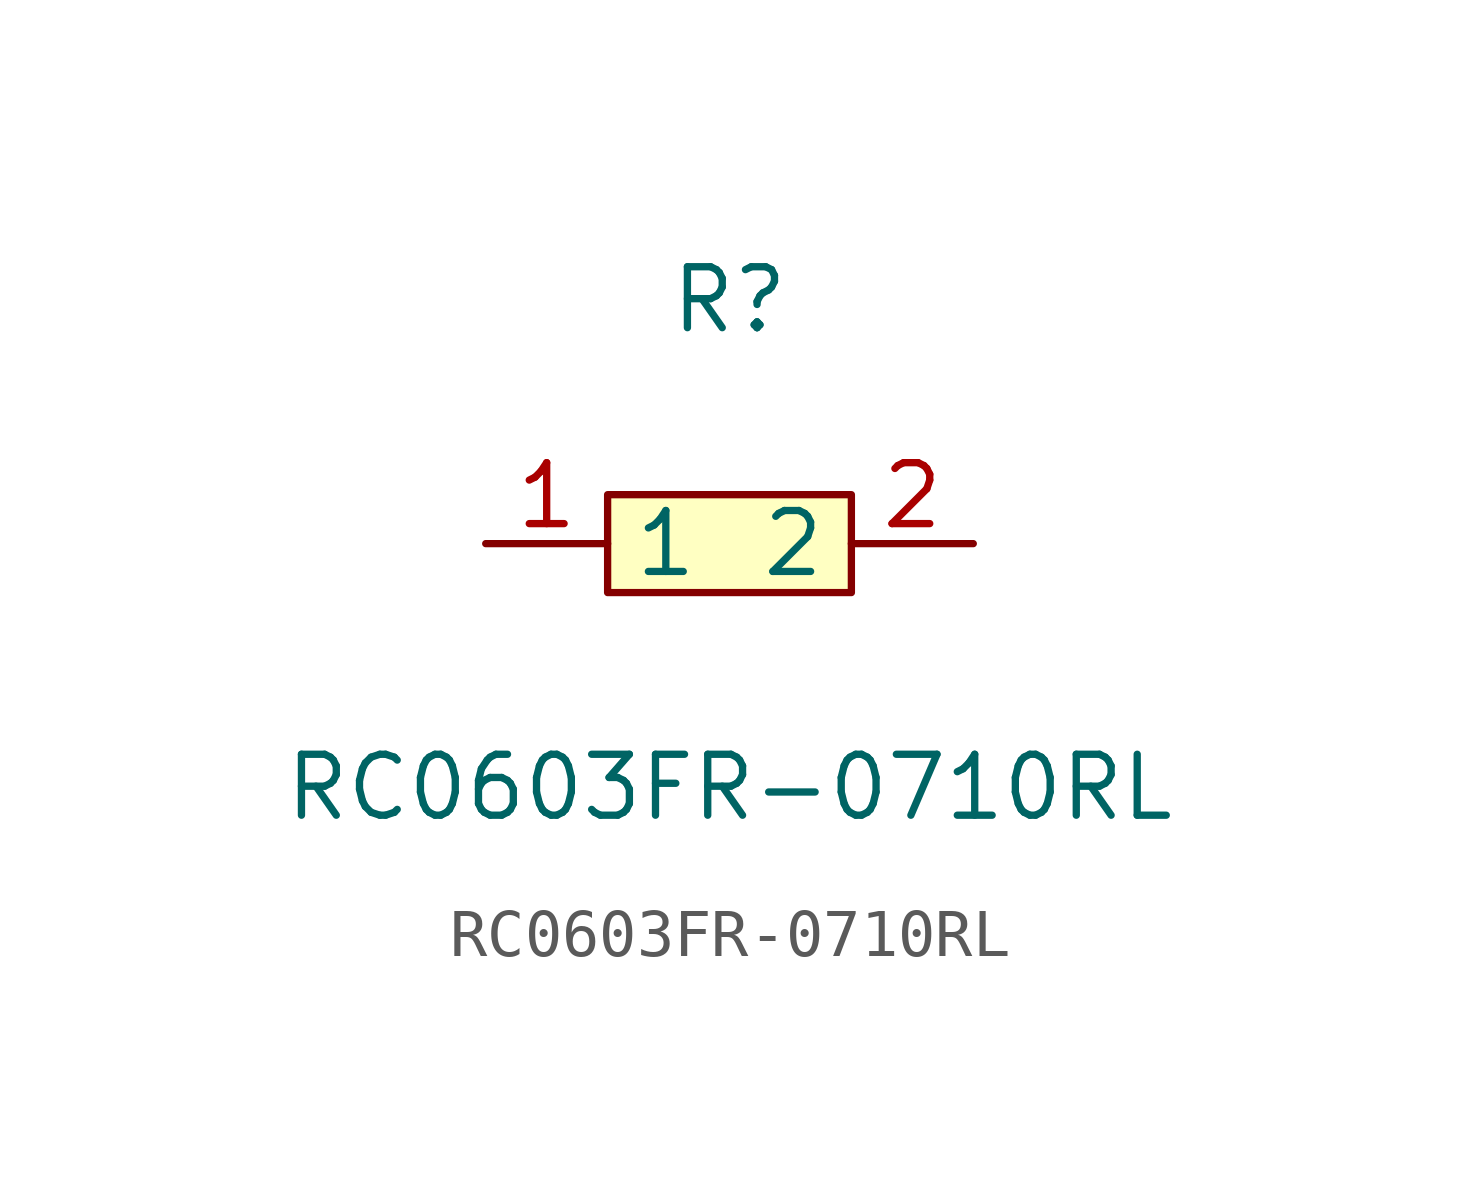
<source format=kicad_sym>
(kicad_symbol_lib
  (version 20211014)
  (generator https://github.com/uPesy/easyeda2kicad.py)
  (symbol "RC0603FR-0710RL"
    (property "Reference" "R"
      (at 0 5.08 0)
      (effects (font (size 1.27 1.27))))
    (property "Value" "RC0603FR-0710RL"
      (at 0 -5.08 0)
      (effects (font (size 1.27 1.27))))
    (symbol "RC0603FR-0710RL_0_1"
      (rectangle (start -2.54 1.02) (end 2.54 -1.02) (stroke (width 0) (type default) (color 0 0 0 0)) (fill (type background)))
      (pin input line (at 5.08 -0.00 180) (length 2.54) (name "2" (effects (font (size 1.27 1.27)))) (number "2" (effects (font (size 1.27 1.27)))))
      (pin input line (at -5.08 -0.00 0) (length 2.54) (name "1" (effects (font (size 1.27 1.27)))) (number "1" (effects (font (size 1.27 1.27))))))))
</source>
